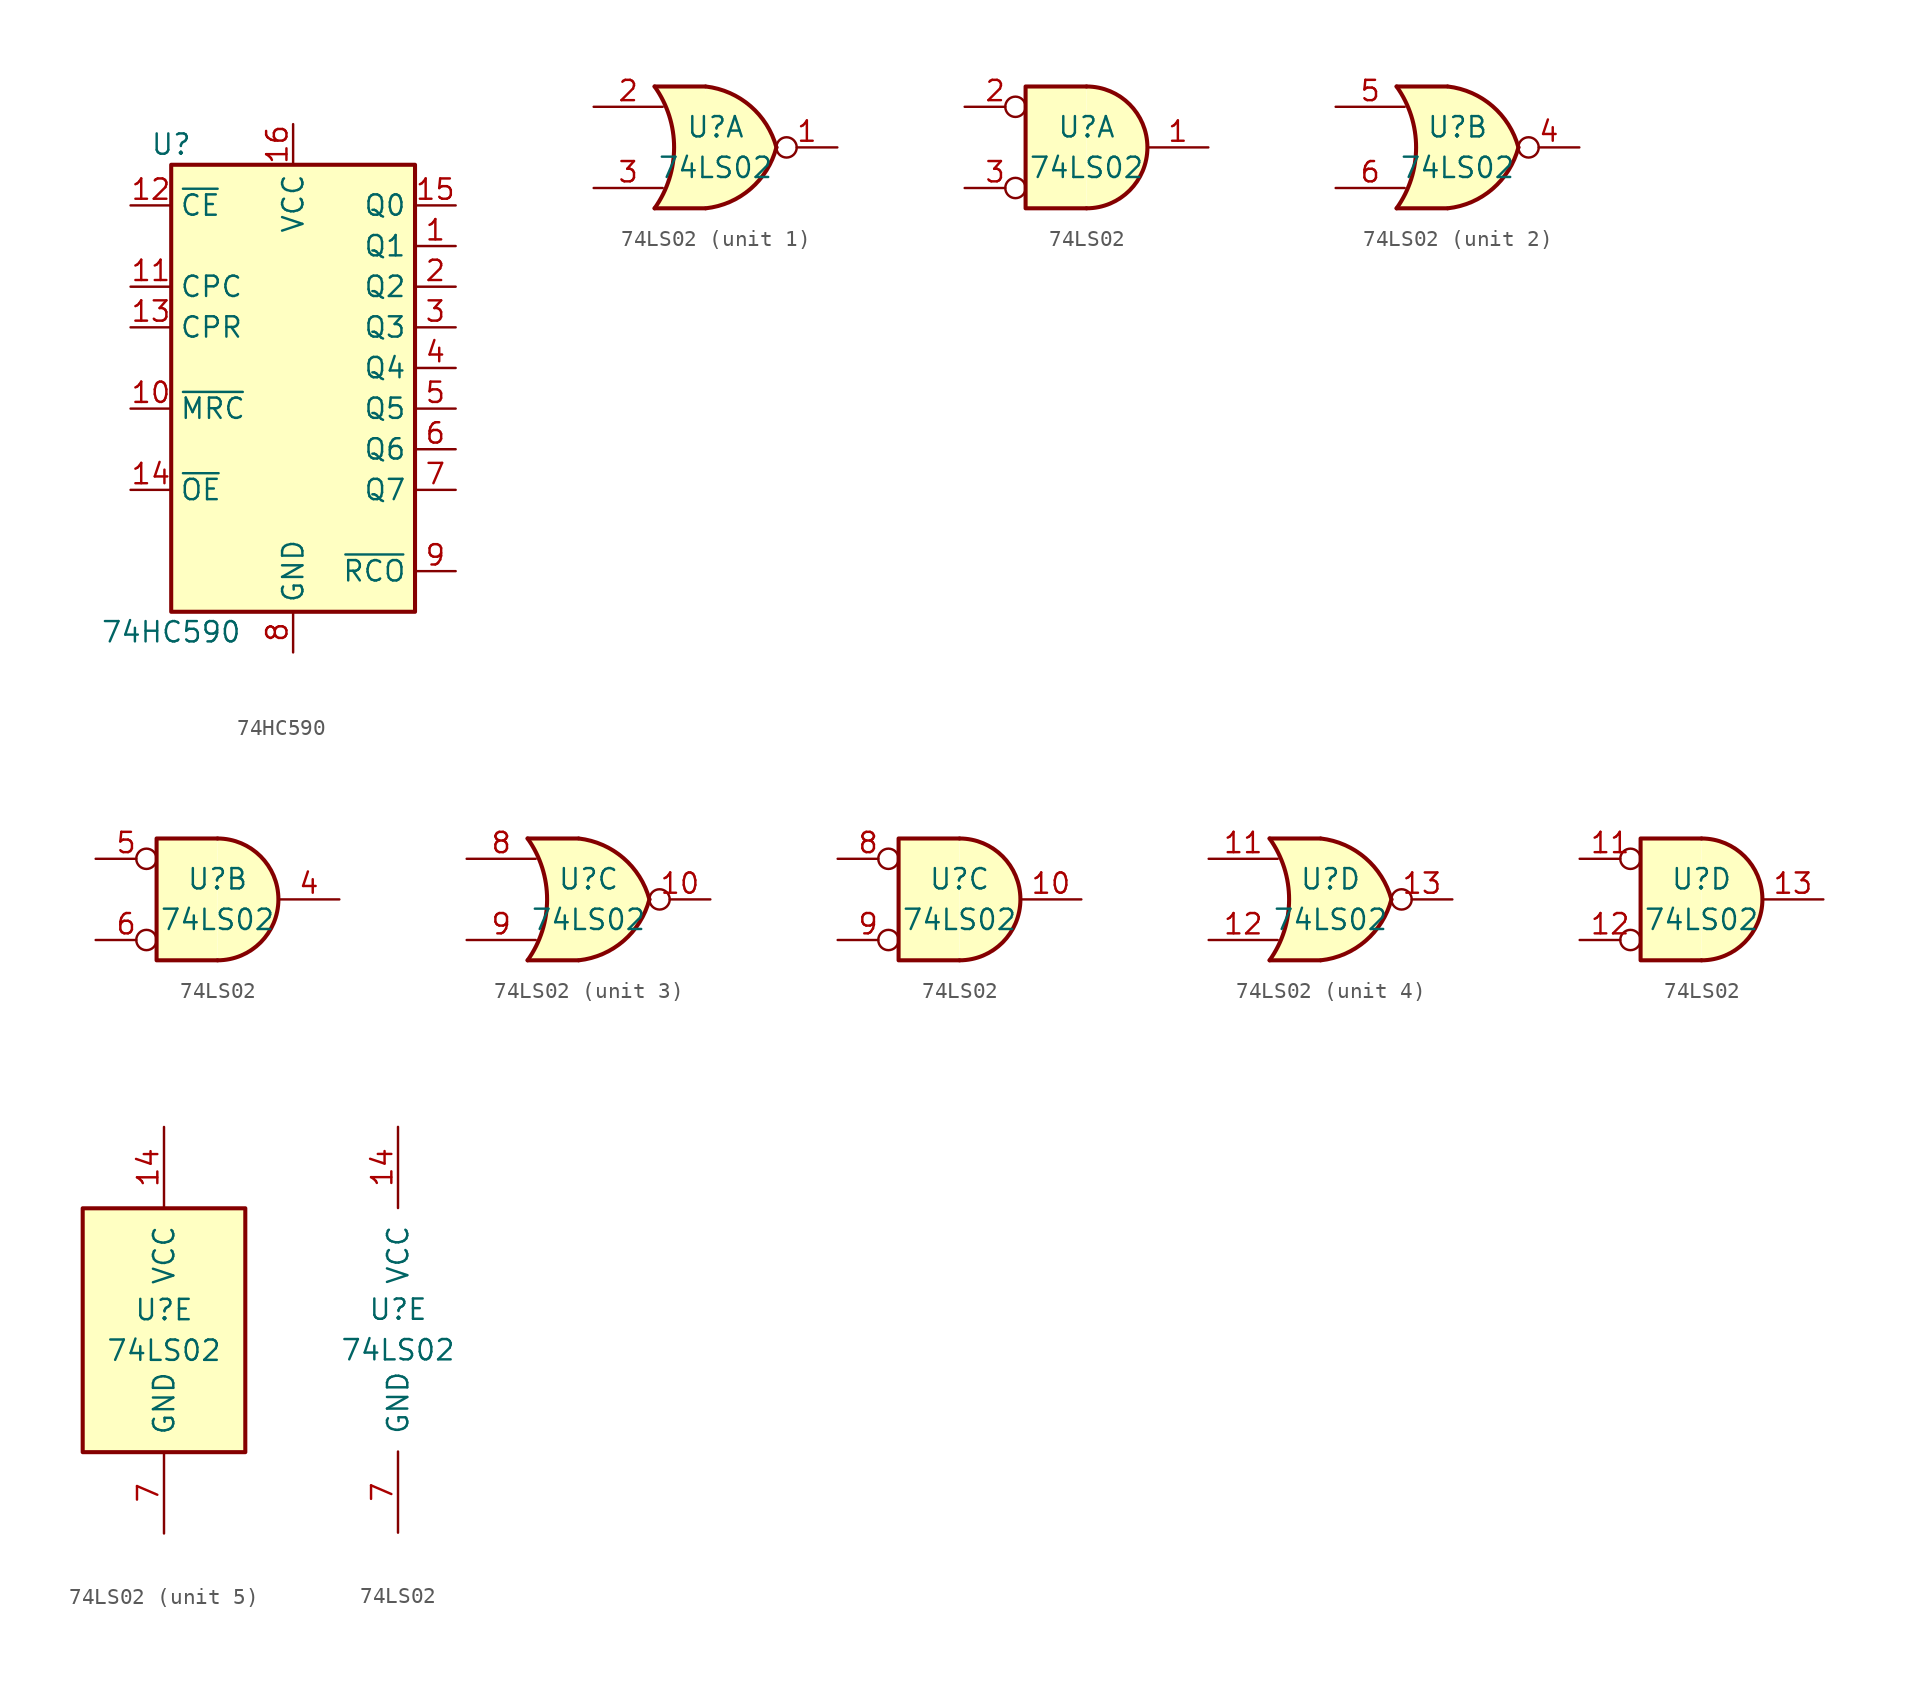
<source format=kicad_sym>
(kicad_symbol_lib
  (version 20241209)
  (generator "kicad_symbol_editor")
  (generator_version "9.0")
  (symbol "74HC590"
    (property "Reference" "U"
      (at -7.62 16.51 0)
      (effects (font (size 1.27 1.27))))
    (property "Value" "74HC590"
      (at -7.62 -13.97 0)
      (effects (font (size 1.27 1.27))))
    (symbol "74HC590_1_0"
      (pin input line (at -10.16 12.7 0) (length 2.54) (name "~{CE}" (effects (font (size 1.27 1.27)))) (number "12" (effects (font (size 1.27 1.27)))))
      (pin input line (at -10.16 7.62 0) (length 2.54) (name "CPC" (effects (font (size 1.27 1.27)))) (number "11" (effects (font (size 1.27 1.27)))))
      (pin input line (at -10.16 5.08 0) (length 2.54) (name "CPR" (effects (font (size 1.27 1.27)))) (number "13" (effects (font (size 1.27 1.27)))))
      (pin input line (at -10.16 0 0) (length 2.54) (name "~{MRC}" (effects (font (size 1.27 1.27)))) (number "10" (effects (font (size 1.27 1.27)))))
      (pin input line (at -10.16 -5.08 0) (length 2.54) (name "~{OE}" (effects (font (size 1.27 1.27)))) (number "14" (effects (font (size 1.27 1.27)))))
      (pin power_in line (at 0 17.78 270) (length 2.54) (name "VCC" (effects (font (size 1.27 1.27)))) (number "16" (effects (font (size 1.27 1.27)))))
      (pin power_in line (at 0 -15.24 90) (length 2.54) (name "GND" (effects (font (size 1.27 1.27)))) (number "8" (effects (font (size 1.27 1.27)))))
      (pin tri_state line (at 10.16 12.7 180) (length 2.54) (name "Q0" (effects (font (size 1.27 1.27)))) (number "15" (effects (font (size 1.27 1.27)))))
      (pin tri_state line (at 10.16 10.16 180) (length 2.54) (name "Q1" (effects (font (size 1.27 1.27)))) (number "1" (effects (font (size 1.27 1.27)))))
      (pin tri_state line (at 10.16 7.62 180) (length 2.54) (name "Q2" (effects (font (size 1.27 1.27)))) (number "2" (effects (font (size 1.27 1.27)))))
      (pin tri_state line (at 10.16 5.08 180) (length 2.54) (name "Q3" (effects (font (size 1.27 1.27)))) (number "3" (effects (font (size 1.27 1.27)))))
      (pin tri_state line (at 10.16 2.54 180) (length 2.54) (name "Q4" (effects (font (size 1.27 1.27)))) (number "4" (effects (font (size 1.27 1.27)))))
      (pin tri_state line (at 10.16 0 180) (length 2.54) (name "Q5" (effects (font (size 1.27 1.27)))) (number "5" (effects (font (size 1.27 1.27)))))
      (pin tri_state line (at 10.16 -2.54 180) (length 2.54) (name "Q6" (effects (font (size 1.27 1.27)))) (number "6" (effects (font (size 1.27 1.27)))))
      (pin tri_state line (at 10.16 -5.08 180) (length 2.54) (name "Q7" (effects (font (size 1.27 1.27)))) (number "7" (effects (font (size 1.27 1.27)))))
      (pin output line (at 10.16 -10.16 180) (length 2.54) (name "~{RCO}" (effects (font (size 1.27 1.27)))) (number "9" (effects (font (size 1.27 1.27))))))
    (symbol "74HC590_1_1"
      (rectangle (start -7.62 15.24) (end 7.62 -12.7) (stroke (width 0.254) (type solid)) (fill (type background)))))
  (symbol "74LS02"
    (pin_names
      (offset 1.016))
    (property "Reference" "U"
      (at 0 1.27 0)
      (effects (font (size 1.27 1.27))))
    (property "Value" "74LS02"
      (at 0 -1.27 0)
      (effects (font (size 1.27 1.27))))
    (property "ki_locked" ""
      (at 0 0 0)
      (effects (font (size 1.27 1.27))))
    (symbol "74LS02_1_1"
      (arc (start -3.81 3.81) (mid -2.589 0) (end -3.81 -3.81) (stroke (width 0.254) (type solid)) (fill (type none)))
      (polyline (pts (xy -3.81 3.81) (xy -0.635 3.81)) (stroke (width 0.254) (type solid)) (fill (type background)))
      (polyline (pts (xy -3.81 -3.81) (xy -0.635 -3.81)) (stroke (width 0.254) (type solid)) (fill (type background)))
      (arc (start 3.81 0) (mid 2.1915 -2.5936) (end -0.6096 -3.81) (stroke (width 0.254) (type solid)) (fill (type background)))
      (arc (start -0.6096 3.81) (mid 2.1842 2.5851) (end 3.81 0) (stroke (width 0.254) (type solid)) (fill (type background)))
      (polyline (pts (xy -0.635 3.81) (xy -3.81 3.81) (xy -3.81 3.81) (xy -3.556 3.404) (xy -3.023 2.261) (xy -2.692 1.041) (xy -2.616 -0.254) (xy -2.769 -1.499) (xy -3.175 -2.718) (xy -3.81 -3.81) (xy -3.81 -3.81) (xy -0.635 -3.81)) (stroke (width -25.4) (type solid)) (fill (type background)))
      (pin input line (at -7.62 2.54 0) (length 4.318) (name "~" (effects (font (size 1.27 1.27)))) (number "2" (effects (font (size 1.27 1.27)))))
      (pin input line (at -7.62 -2.54 0) (length 4.318) (name "~" (effects (font (size 1.27 1.27)))) (number "3" (effects (font (size 1.27 1.27)))))
      (pin output inverted (at 7.62 0 180) (length 3.81) (name "~" (effects (font (size 1.27 1.27)))) (number "1" (effects (font (size 1.27 1.27))))))
    (symbol "74LS02_1_2"
      (polyline (pts (xy 0 3.81) (xy -3.81 3.81) (xy -3.81 -3.81) (xy 0 -3.81)) (stroke (width 0.254) (type solid)) (fill (type background)))
      (arc (start 0 3.81) (mid 3.81 0) (end 0 -3.81) (stroke (width 0.254) (type solid)) (fill (type background)))
      (pin input inverted (at -7.62 2.54 0) (length 3.81) (name "~" (effects (font (size 1.27 1.27)))) (number "2" (effects (font (size 1.27 1.27)))))
      (pin input inverted (at -7.62 -2.54 0) (length 3.81) (name "~" (effects (font (size 1.27 1.27)))) (number "3" (effects (font (size 1.27 1.27)))))
      (pin output line (at 7.62 0 180) (length 3.81) (name "~" (effects (font (size 1.27 1.27)))) (number "1" (effects (font (size 1.27 1.27))))))
    (symbol "74LS02_2_1"
      (arc (start -3.81 3.81) (mid -2.589 0) (end -3.81 -3.81) (stroke (width 0.254) (type solid)) (fill (type none)))
      (polyline (pts (xy -3.81 3.81) (xy -0.635 3.81)) (stroke (width 0.254) (type solid)) (fill (type background)))
      (polyline (pts (xy -3.81 -3.81) (xy -0.635 -3.81)) (stroke (width 0.254) (type solid)) (fill (type background)))
      (arc (start 3.81 0) (mid 2.1915 -2.5936) (end -0.6096 -3.81) (stroke (width 0.254) (type solid)) (fill (type background)))
      (arc (start -0.6096 3.81) (mid 2.1842 2.5851) (end 3.81 0) (stroke (width 0.254) (type solid)) (fill (type background)))
      (polyline (pts (xy -0.635 3.81) (xy -3.81 3.81) (xy -3.81 3.81) (xy -3.556 3.404) (xy -3.023 2.261) (xy -2.692 1.041) (xy -2.616 -0.254) (xy -2.769 -1.499) (xy -3.175 -2.718) (xy -3.81 -3.81) (xy -3.81 -3.81) (xy -0.635 -3.81)) (stroke (width -25.4) (type solid)) (fill (type background)))
      (pin input line (at -7.62 2.54 0) (length 4.318) (name "~" (effects (font (size 1.27 1.27)))) (number "5" (effects (font (size 1.27 1.27)))))
      (pin input line (at -7.62 -2.54 0) (length 4.318) (name "~" (effects (font (size 1.27 1.27)))) (number "6" (effects (font (size 1.27 1.27)))))
      (pin output inverted (at 7.62 0 180) (length 3.81) (name "~" (effects (font (size 1.27 1.27)))) (number "4" (effects (font (size 1.27 1.27))))))
    (symbol "74LS02_2_2"
      (polyline (pts (xy 0 3.81) (xy -3.81 3.81) (xy -3.81 -3.81) (xy 0 -3.81)) (stroke (width 0.254) (type solid)) (fill (type background)))
      (arc (start 0 3.81) (mid 3.81 0) (end 0 -3.81) (stroke (width 0.254) (type solid)) (fill (type background)))
      (pin input inverted (at -7.62 2.54 0) (length 3.81) (name "~" (effects (font (size 1.27 1.27)))) (number "5" (effects (font (size 1.27 1.27)))))
      (pin input inverted (at -7.62 -2.54 0) (length 3.81) (name "~" (effects (font (size 1.27 1.27)))) (number "6" (effects (font (size 1.27 1.27)))))
      (pin output line (at 7.62 0 180) (length 3.81) (name "~" (effects (font (size 1.27 1.27)))) (number "4" (effects (font (size 1.27 1.27))))))
    (symbol "74LS02_3_1"
      (arc (start -3.81 3.81) (mid -2.589 0) (end -3.81 -3.81) (stroke (width 0.254) (type solid)) (fill (type none)))
      (polyline (pts (xy -3.81 3.81) (xy -0.635 3.81)) (stroke (width 0.254) (type solid)) (fill (type background)))
      (polyline (pts (xy -3.81 -3.81) (xy -0.635 -3.81)) (stroke (width 0.254) (type solid)) (fill (type background)))
      (arc (start 3.81 0) (mid 2.1915 -2.5936) (end -0.6096 -3.81) (stroke (width 0.254) (type solid)) (fill (type background)))
      (arc (start -0.6096 3.81) (mid 2.1842 2.5851) (end 3.81 0) (stroke (width 0.254) (type solid)) (fill (type background)))
      (polyline (pts (xy -0.635 3.81) (xy -3.81 3.81) (xy -3.81 3.81) (xy -3.556 3.404) (xy -3.023 2.261) (xy -2.692 1.041) (xy -2.616 -0.254) (xy -2.769 -1.499) (xy -3.175 -2.718) (xy -3.81 -3.81) (xy -3.81 -3.81) (xy -0.635 -3.81)) (stroke (width -25.4) (type solid)) (fill (type background)))
      (pin input line (at -7.62 2.54 0) (length 4.318) (name "~" (effects (font (size 1.27 1.27)))) (number "8" (effects (font (size 1.27 1.27)))))
      (pin input line (at -7.62 -2.54 0) (length 4.318) (name "~" (effects (font (size 1.27 1.27)))) (number "9" (effects (font (size 1.27 1.27)))))
      (pin output inverted (at 7.62 0 180) (length 3.81) (name "~" (effects (font (size 1.27 1.27)))) (number "10" (effects (font (size 1.27 1.27))))))
    (symbol "74LS02_3_2"
      (polyline (pts (xy 0 3.81) (xy -3.81 3.81) (xy -3.81 -3.81) (xy 0 -3.81)) (stroke (width 0.254) (type solid)) (fill (type background)))
      (arc (start 0 3.81) (mid 3.81 0) (end 0 -3.81) (stroke (width 0.254) (type solid)) (fill (type background)))
      (pin input inverted (at -7.62 2.54 0) (length 3.81) (name "~" (effects (font (size 1.27 1.27)))) (number "8" (effects (font (size 1.27 1.27)))))
      (pin input inverted (at -7.62 -2.54 0) (length 3.81) (name "~" (effects (font (size 1.27 1.27)))) (number "9" (effects (font (size 1.27 1.27)))))
      (pin output line (at 7.62 0 180) (length 3.81) (name "~" (effects (font (size 1.27 1.27)))) (number "10" (effects (font (size 1.27 1.27))))))
    (symbol "74LS02_4_1"
      (arc (start -3.81 3.81) (mid -2.589 0) (end -3.81 -3.81) (stroke (width 0.254) (type solid)) (fill (type none)))
      (polyline (pts (xy -3.81 3.81) (xy -0.635 3.81)) (stroke (width 0.254) (type solid)) (fill (type background)))
      (polyline (pts (xy -3.81 -3.81) (xy -0.635 -3.81)) (stroke (width 0.254) (type solid)) (fill (type background)))
      (arc (start 3.81 0) (mid 2.1915 -2.5936) (end -0.6096 -3.81) (stroke (width 0.254) (type solid)) (fill (type background)))
      (arc (start -0.6096 3.81) (mid 2.1842 2.5851) (end 3.81 0) (stroke (width 0.254) (type solid)) (fill (type background)))
      (polyline (pts (xy -0.635 3.81) (xy -3.81 3.81) (xy -3.81 3.81) (xy -3.556 3.404) (xy -3.023 2.261) (xy -2.692 1.041) (xy -2.616 -0.254) (xy -2.769 -1.499) (xy -3.175 -2.718) (xy -3.81 -3.81) (xy -3.81 -3.81) (xy -0.635 -3.81)) (stroke (width -25.4) (type solid)) (fill (type background)))
      (pin input line (at -7.62 2.54 0) (length 4.318) (name "~" (effects (font (size 1.27 1.27)))) (number "11" (effects (font (size 1.27 1.27)))))
      (pin input line (at -7.62 -2.54 0) (length 4.318) (name "~" (effects (font (size 1.27 1.27)))) (number "12" (effects (font (size 1.27 1.27)))))
      (pin output inverted (at 7.62 0 180) (length 3.81) (name "~" (effects (font (size 1.27 1.27)))) (number "13" (effects (font (size 1.27 1.27))))))
    (symbol "74LS02_4_2"
      (polyline (pts (xy 0 3.81) (xy -3.81 3.81) (xy -3.81 -3.81) (xy 0 -3.81)) (stroke (width 0.254) (type solid)) (fill (type background)))
      (arc (start 0 3.81) (mid 3.81 0) (end 0 -3.81) (stroke (width 0.254) (type solid)) (fill (type background)))
      (pin input inverted (at -7.62 2.54 0) (length 3.81) (name "~" (effects (font (size 1.27 1.27)))) (number "11" (effects (font (size 1.27 1.27)))))
      (pin input inverted (at -7.62 -2.54 0) (length 3.81) (name "~" (effects (font (size 1.27 1.27)))) (number "12" (effects (font (size 1.27 1.27)))))
      (pin output line (at 7.62 0 180) (length 3.81) (name "~" (effects (font (size 1.27 1.27)))) (number "13" (effects (font (size 1.27 1.27))))))
    (symbol "74LS02_5_0"
      (pin power_in line (at 0 12.7 270) (length 5.08) (name "VCC" (effects (font (size 1.27 1.27)))) (number "14" (effects (font (size 1.27 1.27)))))
      (pin power_in line (at 0 -12.7 90) (length 5.08) (name "GND" (effects (font (size 1.27 1.27)))) (number "7" (effects (font (size 1.27 1.27))))))
    (symbol "74LS02_5_1"
      (rectangle (start -5.08 7.62) (end 5.08 -7.62) (stroke (width 0.254) (type solid)) (fill (type background))))))
</source>
